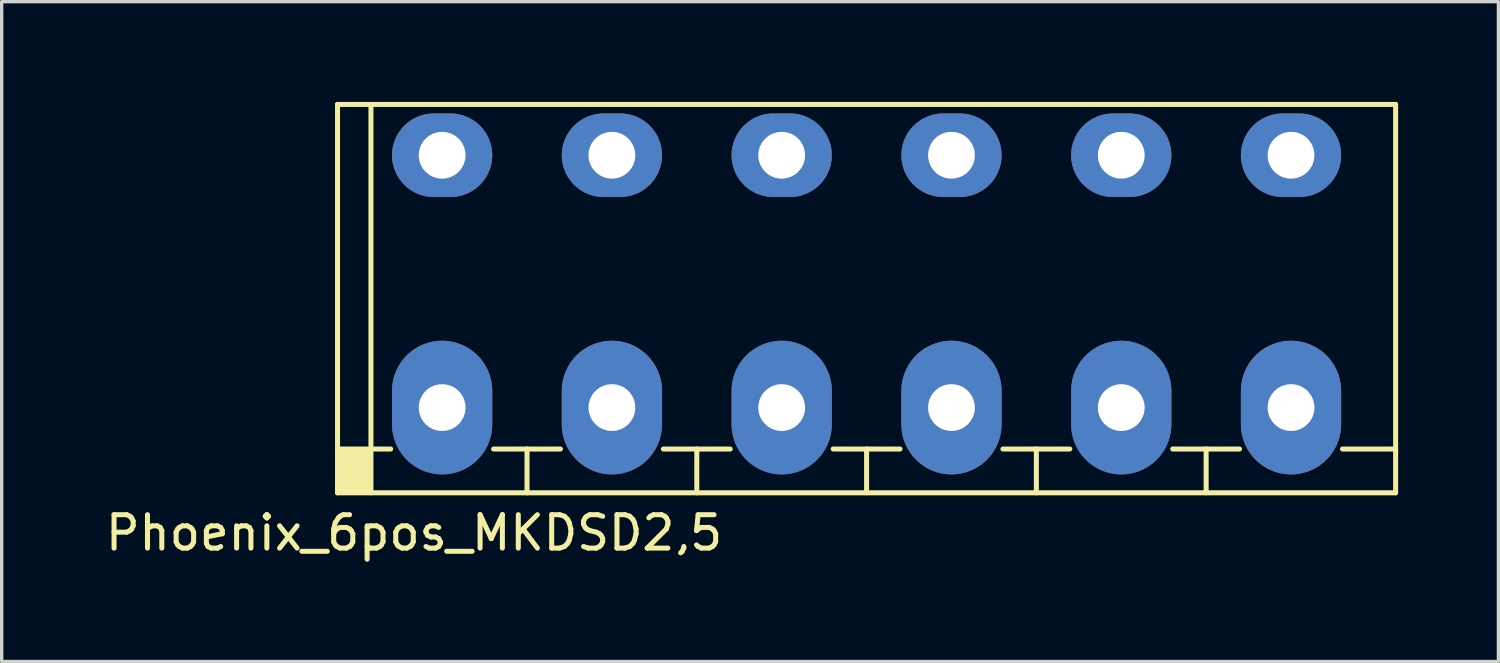
<source format=kicad_pcb>
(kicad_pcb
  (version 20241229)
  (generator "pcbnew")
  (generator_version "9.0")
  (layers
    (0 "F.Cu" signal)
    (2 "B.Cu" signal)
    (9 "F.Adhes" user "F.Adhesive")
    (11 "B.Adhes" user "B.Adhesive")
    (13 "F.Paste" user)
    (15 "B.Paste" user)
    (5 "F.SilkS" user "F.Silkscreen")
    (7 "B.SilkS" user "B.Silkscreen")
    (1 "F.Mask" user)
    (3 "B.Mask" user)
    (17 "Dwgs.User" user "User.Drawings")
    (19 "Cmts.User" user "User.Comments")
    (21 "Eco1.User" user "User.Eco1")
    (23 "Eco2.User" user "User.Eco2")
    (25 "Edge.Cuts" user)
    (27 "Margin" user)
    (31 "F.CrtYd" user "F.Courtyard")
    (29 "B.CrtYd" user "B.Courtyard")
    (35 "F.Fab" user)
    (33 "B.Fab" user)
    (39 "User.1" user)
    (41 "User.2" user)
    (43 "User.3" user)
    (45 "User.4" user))
  (footprint "Phoenix_6pos_MKDSD2,5"
    (layer "F.Cu")
    (at 22.879 5.885)
    (property "Reference" "Phoenix_6pos_MKDSD2,5" (at -13.54 7.01 0) (layer "F.SilkS") (effects (font (size 1 1) (thickness 0.15))))
    (attr through_hole)
    (fp_line (start -15.83 -5.81) (end -15.83 5.81) (stroke (width 0.15) (type solid)) (layer "F.SilkS"))
    (fp_line (start -15.83 -5.81) (end 15.83 -5.81) (stroke (width 0.15) (type solid)) (layer "F.SilkS"))
    (fp_line (start -15.83 4.5) (end -14.24 4.5) (stroke (width 0.15) (type solid)) (layer "F.SilkS"))
    (fp_line (start -15.83 5.81) (end 15.83 5.81) (stroke (width 0.15) (type solid)) (layer "F.SilkS"))
    (fp_line (start -14.83 -5.81) (end -14.83 5.81) (stroke (width 0.15) (type solid)) (layer "F.SilkS"))
    (fp_line (start -11.16 4.5) (end -9.16 4.5) (stroke (width 0.15) (type solid)) (layer "F.SilkS"))
    (fp_line (start -10.16 4.5) (end -10.16 5.81) (stroke (width 0.15) (type solid)) (layer "F.SilkS"))
    (fp_line (start -6.08 4.5) (end -4.08 4.5) (stroke (width 0.15) (type solid)) (layer "F.SilkS"))
    (fp_line (start -5.08 4.5) (end -5.08 5.81) (stroke (width 0.15) (type solid)) (layer "F.SilkS"))
    (fp_line (start -1 4.5) (end 1 4.5) (stroke (width 0.15) (type solid)) (layer "F.SilkS"))
    (fp_line (start 0 4.5) (end 0 5.81) (stroke (width 0.15) (type solid)) (layer "F.SilkS"))
    (fp_line (start 4.08 4.5) (end 6.08 4.5) (stroke (width 0.15) (type solid)) (layer "F.SilkS"))
    (fp_line (start 5.08 4.5) (end 5.08 5.81) (stroke (width 0.15) (type solid)) (layer "F.SilkS"))
    (fp_line (start 9.16 4.5) (end 11.16 4.5) (stroke (width 0.15) (type solid)) (layer "F.SilkS"))
    (fp_line (start 10.16 4.5) (end 10.16 5.81) (stroke (width 0.15) (type solid)) (layer "F.SilkS"))
    (fp_line (start 14.24 4.5) (end 15.83 4.5) (stroke (width 0.15) (type solid)) (layer "F.SilkS"))
    (fp_line (start 15.83 5.81) (end 15.83 -5.81) (stroke (width 0.15) (type solid)) (layer "F.SilkS"))
    (fp_poly (pts (xy -14.82 5.81) (xy -15.8 5.8) (xy -15.82 4.52) (xy -14.83 4.51)) (stroke (width 0.1) (type solid)) (fill yes) (layer "F.SilkS"))
    (pad "1" thru_hole oval (at -12.7 -4.29 270) (size 2.5 3) (drill 1.4) (layers "*.Cu" "*.Mask"))
    (pad "1" thru_hole oval (at -12.7 3.26) (size 3 4) (drill 1.4) (layers "*.Cu" "*.Mask"))
    (pad "2" thru_hole oval (at -7.62 -4.29 270) (size 2.5 3) (drill 1.4) (layers "*.Cu" "*.Mask"))
    (pad "2" thru_hole oval (at -7.62 3.26) (size 3 4) (drill 1.4) (layers "*.Cu" "*.Mask"))
    (pad "3" thru_hole oval (at -2.54 -4.29 270) (size 2.5 3) (drill 1.4) (layers "*.Cu" "*.Mask"))
    (pad "3" thru_hole oval (at -2.54 3.26) (size 3 4) (drill 1.4) (layers "*.Cu" "*.Mask"))
    (pad "4" thru_hole oval (at 2.54 -4.29 270) (size 2.5 3) (drill 1.4) (layers "*.Cu" "*.Mask"))
    (pad "4" thru_hole oval (at 2.54 3.26) (size 3 4) (drill 1.4) (layers "*.Cu" "*.Mask"))
    (pad "5" thru_hole oval (at 7.62 -4.29 270) (size 2.5 3) (drill 1.4) (layers "*.Cu" "*.Mask"))
    (pad "5" thru_hole oval (at 7.62 3.26) (size 3 4) (drill 1.4) (layers "*.Cu" "*.Mask"))
    (pad "6" thru_hole oval (at 12.7 -4.29 270) (size 2.5 3) (drill 1.4) (layers "*.Cu" "*.Mask"))
    (pad "6" thru_hole oval (at 12.7 3.26) (size 3 4) (drill 1.4) (layers "*.Cu" "*.Mask")))
  (gr_rect
    (start -3 -3)
    (end 41.784 16.743)
    (stroke (width 0.1) (type default))
    (fill no)
    (layer "Edge.Cuts")))
</source>
